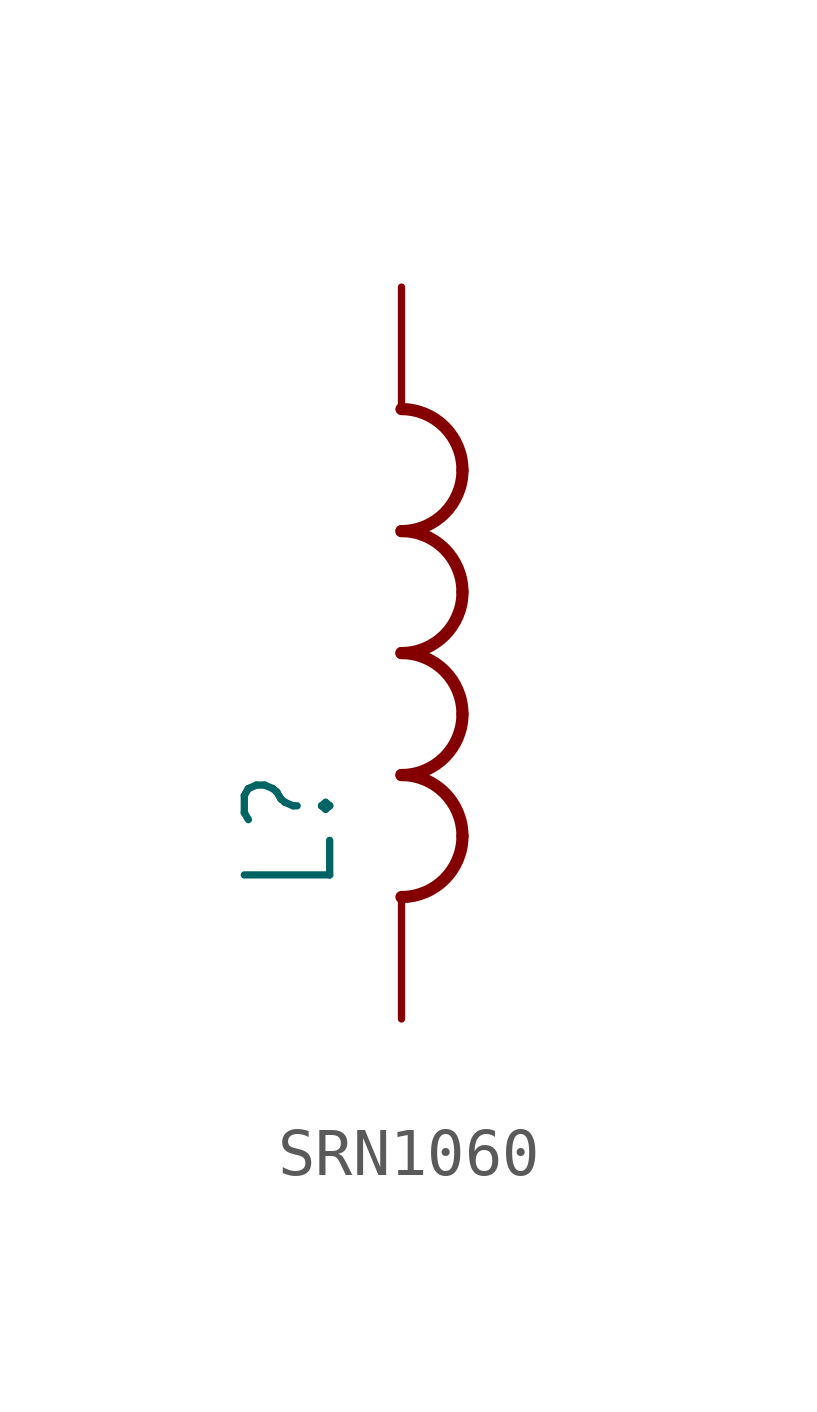
<source format=kicad_sym>
(kicad_symbol_lib
  (version 20231120)
  (generator "kicad_symbol_editor")
  (generator_version "8.0")
  (symbol "SRN1060"
    (property "Reference" "L"
      (at -1.27 -5.08 90)
      (effects (font (size 1.778 1.511)) (justify left bottom)))
    (property "Value" ""
      (at 3.81 -5.08 90)
      (effects (font (size 1.778 1.511)) (justify left bottom)))
    (property "ki_locked" ""
      (at 0 0 0)
      (effects (font (size 1.27 1.27))))
    (symbol "SRN1060_1_0"
      (arc (start 0 -5.08) (mid 0.898 -4.708) (end 1.27 -3.81) (stroke (width 0.254) (type solid)) (fill (type none)))
      (arc (start 0 -2.54) (mid 0.898 -2.168) (end 1.27 -1.27) (stroke (width 0.254) (type solid)) (fill (type none)))
      (arc (start 0 0) (mid 0.898 0.372) (end 1.27 1.27) (stroke (width 0.254) (type solid)) (fill (type none)))
      (arc (start 0 2.54) (mid 0.898 2.912) (end 1.27 3.81) (stroke (width 0.254) (type solid)) (fill (type none)))
      (arc (start 1.27 -3.81) (mid 0.898 -2.912) (end 0 -2.54) (stroke (width 0.254) (type solid)) (fill (type none)))
      (arc (start 1.27 -1.27) (mid 0.898 -0.372) (end 0 0) (stroke (width 0.254) (type solid)) (fill (type none)))
      (arc (start 1.27 1.27) (mid 0.898 2.168) (end 0 2.54) (stroke (width 0.254) (type solid)) (fill (type none)))
      (arc (start 1.27 3.81) (mid 0.898 4.708) (end 0 5.08) (stroke (width 0.254) (type solid)) (fill (type none)))
      (pin passive line (at 0 7.62 270) (length 2.54) (name "1" (effects (font (size 0 0)))) (number "1" (effects (font (size 0 0)))))
      (pin passive line (at 0 -7.62 90) (length 2.54) (name "2" (effects (font (size 0 0)))) (number "2" (effects (font (size 0 0))))))))
</source>
